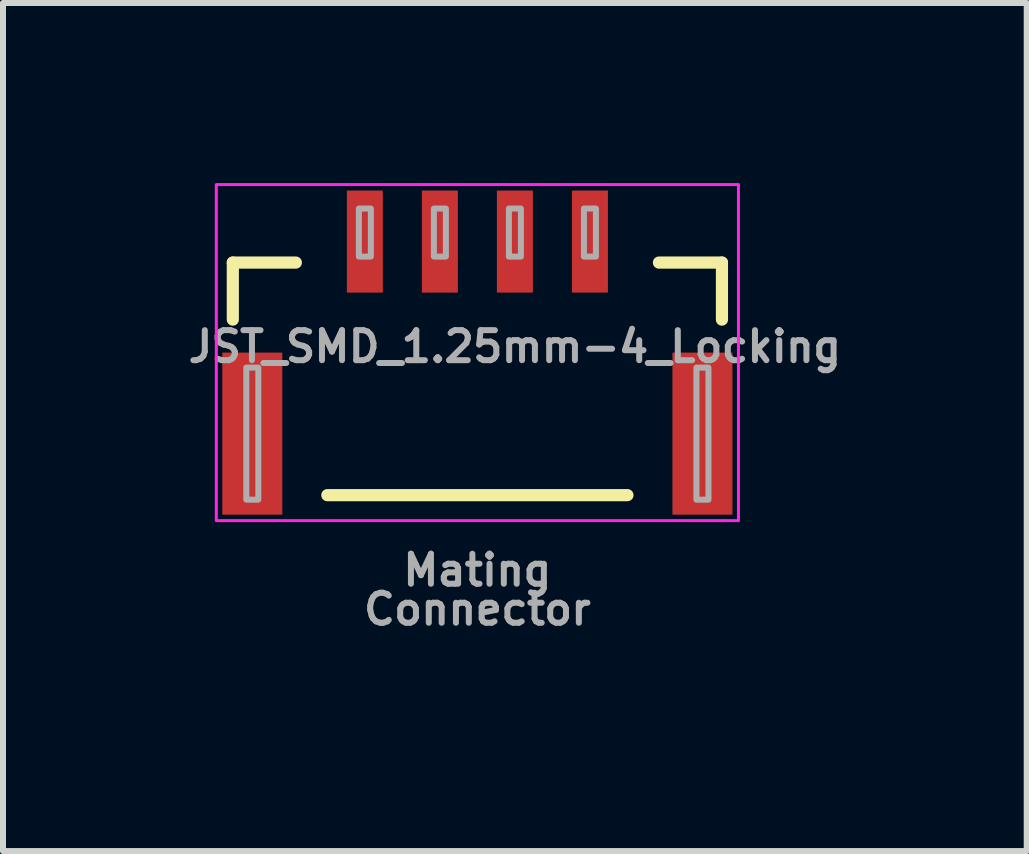
<source format=kicad_pcb>
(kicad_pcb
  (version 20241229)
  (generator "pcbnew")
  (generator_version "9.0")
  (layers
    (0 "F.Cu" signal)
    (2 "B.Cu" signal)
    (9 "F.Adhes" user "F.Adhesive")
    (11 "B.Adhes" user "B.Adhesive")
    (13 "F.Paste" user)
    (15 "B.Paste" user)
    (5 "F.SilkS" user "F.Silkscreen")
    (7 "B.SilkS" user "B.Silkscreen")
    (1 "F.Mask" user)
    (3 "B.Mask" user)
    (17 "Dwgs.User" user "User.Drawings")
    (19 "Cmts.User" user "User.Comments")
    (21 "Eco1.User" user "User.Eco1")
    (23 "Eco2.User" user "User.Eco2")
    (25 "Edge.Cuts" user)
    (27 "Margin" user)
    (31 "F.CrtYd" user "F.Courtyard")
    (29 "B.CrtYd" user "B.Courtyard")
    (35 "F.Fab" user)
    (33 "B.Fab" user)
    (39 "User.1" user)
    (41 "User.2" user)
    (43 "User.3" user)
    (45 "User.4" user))
  (footprint "JST_SMD_1.25mm-4_Locking"
    (layer "F.Cu")
    (at 4.904 2.725)
    (property "Reference" "JST_SMD_1.25mm-4_Locking" (at 0.625 0 0) (layer "F.Fab") (effects (font (size 0.5 0.5) (thickness 0.1))))
    (attr smd)
    (fp_line (start -4.075 -1.4) (end -3.025 -1.4) (stroke (width 0.203) (type solid)) (layer "F.SilkS"))
    (fp_line (start -4.075 -0.45) (end -4.075 -1.4) (stroke (width 0.203) (type solid)) (layer "F.SilkS"))
    (fp_line (start -2.5 2.475) (end 2.5 2.475) (stroke (width 0.203) (type solid)) (layer "F.SilkS"))
    (fp_line (start 3.025 -1.4) (end 4.075 -1.4) (stroke (width 0.203) (type solid)) (layer "F.SilkS"))
    (fp_line (start 4.075 -0.45) (end 4.075 -1.4) (stroke (width 0.203) (type solid)) (layer "F.SilkS"))
    (fp_rect (start 4.35 2.9) (end -4.35 -2.7) (stroke (width 0.05) (type default)) (fill no) (layer "F.CrtYd"))
    (fp_poly (pts (xy -3.85 2.55) (xy -3.65 2.55) (xy -3.65 0.35) (xy -3.85 0.35)) (stroke (width 0.1) (type default)) (fill no) (layer "F.Fab"))
    (fp_poly (pts (xy -1.975 -1.5) (xy -1.775 -1.5) (xy -1.775 -2.3) (xy -1.975 -2.3)) (stroke (width 0.1) (type default)) (fill no) (layer "F.Fab"))
    (fp_poly (pts (xy -0.725 -1.5) (xy -0.525 -1.5) (xy -0.525 -2.3) (xy -0.725 -2.3)) (stroke (width 0.1) (type default)) (fill no) (layer "F.Fab"))
    (fp_poly (pts (xy 0.525 -1.5) (xy 0.725 -1.5) (xy 0.725 -2.3) (xy 0.525 -2.3)) (stroke (width 0.1) (type default)) (fill no) (layer "F.Fab"))
    (fp_poly (pts (xy 1.775 -1.5) (xy 1.975 -1.5) (xy 1.975 -2.3) (xy 1.775 -2.3)) (stroke (width 0.1) (type default)) (fill no) (layer "F.Fab"))
    (fp_poly (pts (xy 3.65 2.55) (xy 3.85 2.55) (xy 3.85 0.35) (xy 3.65 0.35)) (stroke (width 0.1) (type default)) (fill no) (layer "F.Fab"))
    (fp_rect (start -4.125 -1.5) (end 4.125 2.55) (stroke (width 0.01) (type default)) (fill no) (layer "User.1"))
    (fp_rect (start -3.125 -0.3) (end 3.125 5.4) (stroke (width 0.01) (type default)) (fill no) (layer "User.1"))
    (fp_text user "Mating" (at 0 3.725 0) (unlocked yes) (layer "F.Fab") (effects (font (size 0.5 0.5) (thickness 0.1) (bold yes))))
    (fp_text user "Connector" (at 0 4.375 0) (unlocked yes) (layer "F.Fab") (effects (font (size 0.5 0.5) (thickness 0.1) (bold yes))))
    (pad "1" smd rect (at -1.875 -1.75) (size 0.6 1.7) (layers "F.Cu" "F.Mask" "F.Paste"))
    (pad "2" smd rect (at -0.625 -1.75) (size 0.6 1.7) (layers "F.Cu" "F.Mask" "F.Paste"))
    (pad "3" smd rect (at 0.625 -1.75) (size 0.6 1.7) (layers "F.Cu" "F.Mask" "F.Paste"))
    (pad "4" smd rect (at 1.875 -1.75) (size 0.6 1.7) (layers "F.Cu" "F.Mask" "F.Paste"))
    (pad "NC1" smd rect (at -3.75 1.45) (size 1 2.7) (layers "F.Cu" "F.Mask" "F.Paste"))
    (pad "NC2" smd rect (at 3.75 1.45) (size 1 2.7) (layers "F.Cu" "F.Mask" "F.Paste")))
  (gr_rect
    (start -3 -3)
    (end 14.057 11.13)
    (stroke (width 0.1) (type default))
    (fill no)
    (layer "Edge.Cuts")))
</source>
